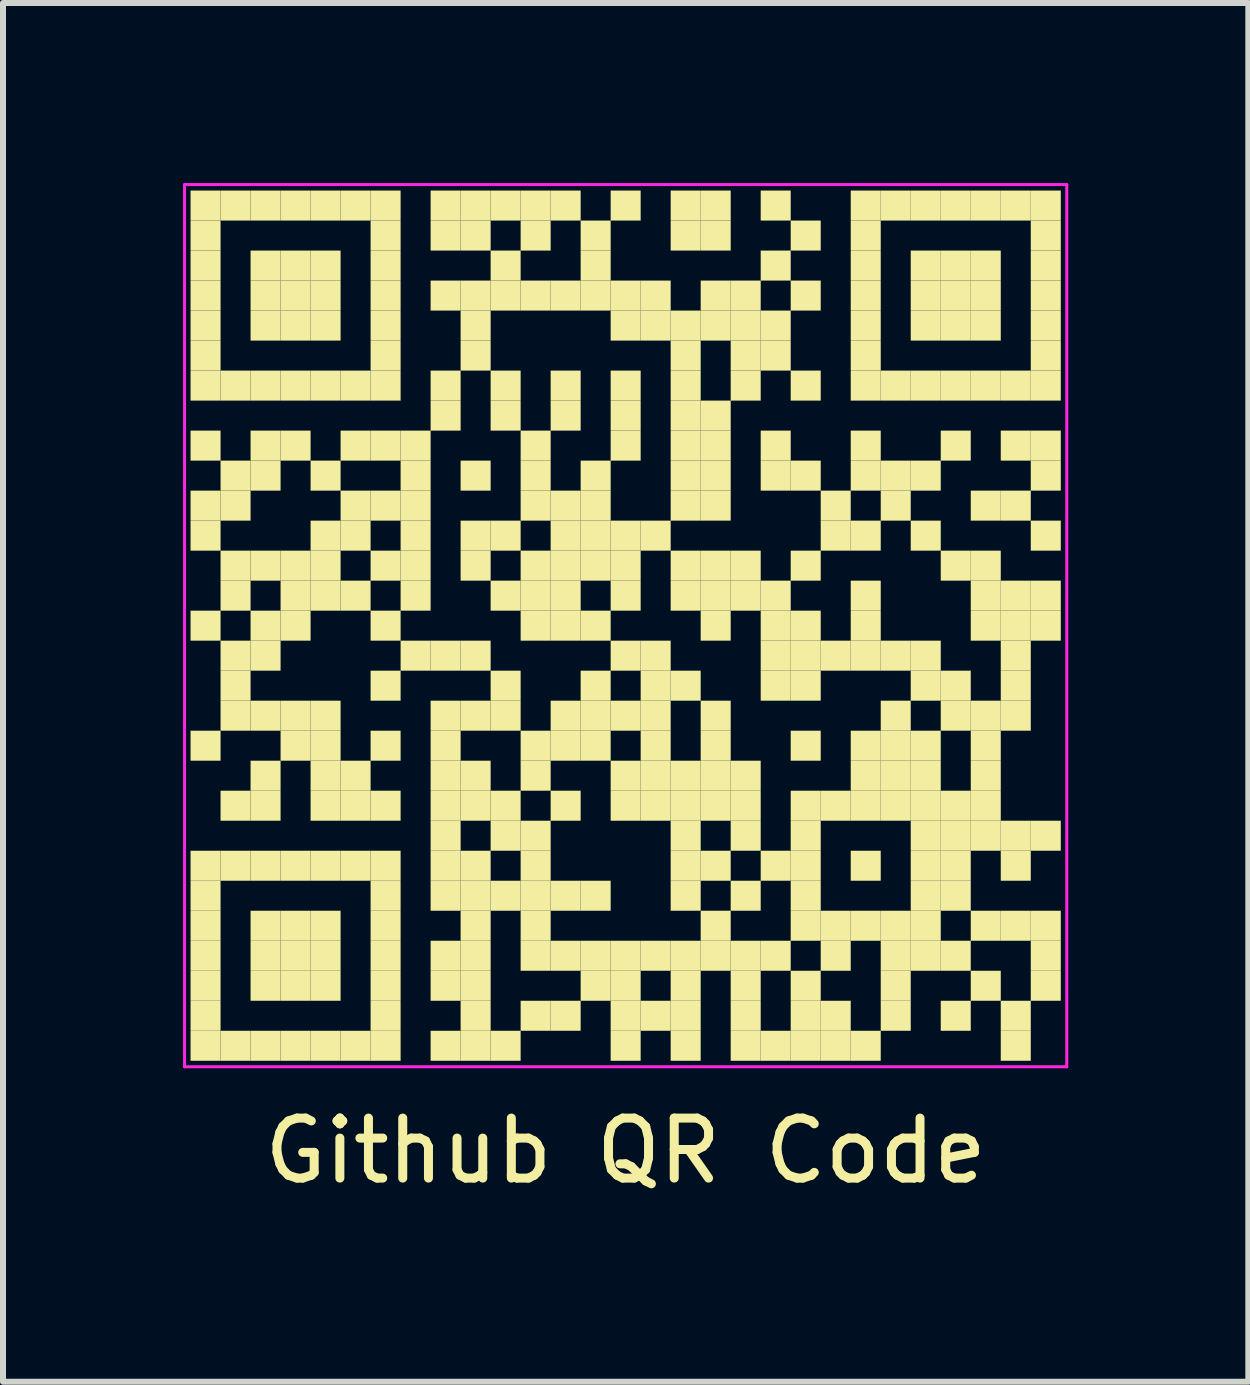
<source format=kicad_pcb>
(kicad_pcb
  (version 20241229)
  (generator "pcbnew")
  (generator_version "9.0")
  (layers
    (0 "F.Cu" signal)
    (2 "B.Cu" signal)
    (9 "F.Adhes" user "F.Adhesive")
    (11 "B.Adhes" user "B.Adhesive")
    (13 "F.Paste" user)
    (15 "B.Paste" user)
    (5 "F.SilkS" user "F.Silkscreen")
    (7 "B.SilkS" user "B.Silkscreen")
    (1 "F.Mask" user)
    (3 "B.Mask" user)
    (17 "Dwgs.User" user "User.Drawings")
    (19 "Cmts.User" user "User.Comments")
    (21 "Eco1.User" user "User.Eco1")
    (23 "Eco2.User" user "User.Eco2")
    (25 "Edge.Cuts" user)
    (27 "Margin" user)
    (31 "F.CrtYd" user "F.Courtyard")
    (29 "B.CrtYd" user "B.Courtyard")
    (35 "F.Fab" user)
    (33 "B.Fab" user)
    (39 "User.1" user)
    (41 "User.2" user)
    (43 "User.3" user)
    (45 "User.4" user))
  (footprint "Github QR Code"
    (layer "F.Cu")
    (at 7.375 7.375)
    (property "Reference" "Github QR Code" (at 0 8.75 0) (layer "F.SilkS") (effects (font (size 1 1) (thickness 0.15))))
    (attr board_only exclude_from_pos_files exclude_from_bom dnp)
    (fp_rect (start -7.25 -7.25) (end -6.75 -6.75) (stroke (width 0) (type default)) (fill yes) (layer "F.SilkS"))
    (fp_rect (start -7.25 -6.75) (end -6.75 -6.25) (stroke (width 0) (type default)) (fill yes) (layer "F.SilkS"))
    (fp_rect (start -7.25 -6.25) (end -6.75 -5.75) (stroke (width 0) (type default)) (fill yes) (layer "F.SilkS"))
    (fp_rect (start -7.25 -5.75) (end -6.75 -5.25) (stroke (width 0) (type default)) (fill yes) (layer "F.SilkS"))
    (fp_rect (start -7.25 -5.25) (end -6.75 -4.75) (stroke (width 0) (type default)) (fill yes) (layer "F.SilkS"))
    (fp_rect (start -7.25 -4.75) (end -6.75 -4.25) (stroke (width 0) (type default)) (fill yes) (layer "F.SilkS"))
    (fp_rect (start -7.25 -4.25) (end -6.75 -3.75) (stroke (width 0) (type default)) (fill yes) (layer "F.SilkS"))
    (fp_rect (start -7.25 -3.25) (end -6.75 -2.75) (stroke (width 0) (type default)) (fill yes) (layer "F.SilkS"))
    (fp_rect (start -7.25 -2.25) (end -6.75 -1.75) (stroke (width 0) (type default)) (fill yes) (layer "F.SilkS"))
    (fp_rect (start -7.25 -1.75) (end -6.75 -1.25) (stroke (width 0) (type default)) (fill yes) (layer "F.SilkS"))
    (fp_rect (start -7.25 -0.25) (end -6.75 0.25) (stroke (width 0) (type default)) (fill yes) (layer "F.SilkS"))
    (fp_rect (start -7.25 1.75) (end -6.75 2.25) (stroke (width 0) (type default)) (fill yes) (layer "F.SilkS"))
    (fp_rect (start -7.25 3.75) (end -6.75 4.25) (stroke (width 0) (type default)) (fill yes) (layer "F.SilkS"))
    (fp_rect (start -7.25 4.25) (end -6.75 4.75) (stroke (width 0) (type default)) (fill yes) (layer "F.SilkS"))
    (fp_rect (start -7.25 4.75) (end -6.75 5.25) (stroke (width 0) (type default)) (fill yes) (layer "F.SilkS"))
    (fp_rect (start -7.25 5.25) (end -6.75 5.75) (stroke (width 0) (type default)) (fill yes) (layer "F.SilkS"))
    (fp_rect (start -7.25 5.75) (end -6.75 6.25) (stroke (width 0) (type default)) (fill yes) (layer "F.SilkS"))
    (fp_rect (start -7.25 6.25) (end -6.75 6.75) (stroke (width 0) (type default)) (fill yes) (layer "F.SilkS"))
    (fp_rect (start -7.25 6.75) (end -6.75 7.25) (stroke (width 0) (type default)) (fill yes) (layer "F.SilkS"))
    (fp_rect (start -6.75 -7.25) (end -6.25 -6.75) (stroke (width 0) (type default)) (fill yes) (layer "F.SilkS"))
    (fp_rect (start -6.75 -4.25) (end -6.25 -3.75) (stroke (width 0) (type default)) (fill yes) (layer "F.SilkS"))
    (fp_rect (start -6.75 -2.75) (end -6.25 -2.25) (stroke (width 0) (type default)) (fill yes) (layer "F.SilkS"))
    (fp_rect (start -6.75 -2.25) (end -6.25 -1.75) (stroke (width 0) (type default)) (fill yes) (layer "F.SilkS"))
    (fp_rect (start -6.75 -1.25) (end -6.25 -0.75) (stroke (width 0) (type default)) (fill yes) (layer "F.SilkS"))
    (fp_rect (start -6.75 -0.75) (end -6.25 -0.25) (stroke (width 0) (type default)) (fill yes) (layer "F.SilkS"))
    (fp_rect (start -6.75 0.25) (end -6.25 0.75) (stroke (width 0) (type default)) (fill yes) (layer "F.SilkS"))
    (fp_rect (start -6.75 0.75) (end -6.25 1.25) (stroke (width 0) (type default)) (fill yes) (layer "F.SilkS"))
    (fp_rect (start -6.75 1.25) (end -6.25 1.75) (stroke (width 0) (type default)) (fill yes) (layer "F.SilkS"))
    (fp_rect (start -6.75 2.75) (end -6.25 3.25) (stroke (width 0) (type default)) (fill yes) (layer "F.SilkS"))
    (fp_rect (start -6.75 3.75) (end -6.25 4.25) (stroke (width 0) (type default)) (fill yes) (layer "F.SilkS"))
    (fp_rect (start -6.75 6.75) (end -6.25 7.25) (stroke (width 0) (type default)) (fill yes) (layer "F.SilkS"))
    (fp_rect (start -6.25 -7.25) (end -5.75 -6.75) (stroke (width 0) (type default)) (fill yes) (layer "F.SilkS"))
    (fp_rect (start -6.25 -6.25) (end -5.75 -5.75) (stroke (width 0) (type default)) (fill yes) (layer "F.SilkS"))
    (fp_rect (start -6.25 -5.75) (end -5.75 -5.25) (stroke (width 0) (type default)) (fill yes) (layer "F.SilkS"))
    (fp_rect (start -6.25 -5.25) (end -5.75 -4.75) (stroke (width 0) (type default)) (fill yes) (layer "F.SilkS"))
    (fp_rect (start -6.25 -4.25) (end -5.75 -3.75) (stroke (width 0) (type default)) (fill yes) (layer "F.SilkS"))
    (fp_rect (start -6.25 -3.25) (end -5.75 -2.75) (stroke (width 0) (type default)) (fill yes) (layer "F.SilkS"))
    (fp_rect (start -6.25 -2.75) (end -5.75 -2.25) (stroke (width 0) (type default)) (fill yes) (layer "F.SilkS"))
    (fp_rect (start -6.25 -1.25) (end -5.75 -0.75) (stroke (width 0) (type default)) (fill yes) (layer "F.SilkS"))
    (fp_rect (start -6.25 -0.25) (end -5.75 0.25) (stroke (width 0) (type default)) (fill yes) (layer "F.SilkS"))
    (fp_rect (start -6.25 0.25) (end -5.75 0.75) (stroke (width 0) (type default)) (fill yes) (layer "F.SilkS"))
    (fp_rect (start -6.25 1.25) (end -5.75 1.75) (stroke (width 0) (type default)) (fill yes) (layer "F.SilkS"))
    (fp_rect (start -6.25 2.25) (end -5.75 2.75) (stroke (width 0) (type default)) (fill yes) (layer "F.SilkS"))
    (fp_rect (start -6.25 2.75) (end -5.75 3.25) (stroke (width 0) (type default)) (fill yes) (layer "F.SilkS"))
    (fp_rect (start -6.25 3.75) (end -5.75 4.25) (stroke (width 0) (type default)) (fill yes) (layer "F.SilkS"))
    (fp_rect (start -6.25 4.75) (end -5.75 5.25) (stroke (width 0) (type default)) (fill yes) (layer "F.SilkS"))
    (fp_rect (start -6.25 5.25) (end -5.75 5.75) (stroke (width 0) (type default)) (fill yes) (layer "F.SilkS"))
    (fp_rect (start -6.25 5.75) (end -5.75 6.25) (stroke (width 0) (type default)) (fill yes) (layer "F.SilkS"))
    (fp_rect (start -6.25 6.75) (end -5.75 7.25) (stroke (width 0) (type default)) (fill yes) (layer "F.SilkS"))
    (fp_rect (start -5.75 -7.25) (end -5.25 -6.75) (stroke (width 0) (type default)) (fill yes) (layer "F.SilkS"))
    (fp_rect (start -5.75 -6.25) (end -5.25 -5.75) (stroke (width 0) (type default)) (fill yes) (layer "F.SilkS"))
    (fp_rect (start -5.75 -5.75) (end -5.25 -5.25) (stroke (width 0) (type default)) (fill yes) (layer "F.SilkS"))
    (fp_rect (start -5.75 -5.25) (end -5.25 -4.75) (stroke (width 0) (type default)) (fill yes) (layer "F.SilkS"))
    (fp_rect (start -5.75 -4.25) (end -5.25 -3.75) (stroke (width 0) (type default)) (fill yes) (layer "F.SilkS"))
    (fp_rect (start -5.75 -3.25) (end -5.25 -2.75) (stroke (width 0) (type default)) (fill yes) (layer "F.SilkS"))
    (fp_rect (start -5.75 -1.25) (end -5.25 -0.75) (stroke (width 0) (type default)) (fill yes) (layer "F.SilkS"))
    (fp_rect (start -5.75 -0.75) (end -5.25 -0.25) (stroke (width 0) (type default)) (fill yes) (layer "F.SilkS"))
    (fp_rect (start -5.75 -0.25) (end -5.25 0.25) (stroke (width 0) (type default)) (fill yes) (layer "F.SilkS"))
    (fp_rect (start -5.75 1.25) (end -5.25 1.75) (stroke (width 0) (type default)) (fill yes) (layer "F.SilkS"))
    (fp_rect (start -5.75 1.75) (end -5.25 2.25) (stroke (width 0) (type default)) (fill yes) (layer "F.SilkS"))
    (fp_rect (start -5.75 3.75) (end -5.25 4.25) (stroke (width 0) (type default)) (fill yes) (layer "F.SilkS"))
    (fp_rect (start -5.75 4.75) (end -5.25 5.25) (stroke (width 0) (type default)) (fill yes) (layer "F.SilkS"))
    (fp_rect (start -5.75 5.25) (end -5.25 5.75) (stroke (width 0) (type default)) (fill yes) (layer "F.SilkS"))
    (fp_rect (start -5.75 5.75) (end -5.25 6.25) (stroke (width 0) (type default)) (fill yes) (layer "F.SilkS"))
    (fp_rect (start -5.75 6.75) (end -5.25 7.25) (stroke (width 0) (type default)) (fill yes) (layer "F.SilkS"))
    (fp_rect (start -5.25 -7.25) (end -4.75 -6.75) (stroke (width 0) (type default)) (fill yes) (layer "F.SilkS"))
    (fp_rect (start -5.25 -6.25) (end -4.75 -5.75) (stroke (width 0) (type default)) (fill yes) (layer "F.SilkS"))
    (fp_rect (start -5.25 -5.75) (end -4.75 -5.25) (stroke (width 0) (type default)) (fill yes) (layer "F.SilkS"))
    (fp_rect (start -5.25 -5.25) (end -4.75 -4.75) (stroke (width 0) (type default)) (fill yes) (layer "F.SilkS"))
    (fp_rect (start -5.25 -4.25) (end -4.75 -3.75) (stroke (width 0) (type default)) (fill yes) (layer "F.SilkS"))
    (fp_rect (start -5.25 -2.75) (end -4.75 -2.25) (stroke (width 0) (type default)) (fill yes) (layer "F.SilkS"))
    (fp_rect (start -5.25 -1.75) (end -4.75 -1.25) (stroke (width 0) (type default)) (fill yes) (layer "F.SilkS"))
    (fp_rect (start -5.25 -1.25) (end -4.75 -0.75) (stroke (width 0) (type default)) (fill yes) (layer "F.SilkS"))
    (fp_rect (start -5.25 -0.75) (end -4.75 -0.25) (stroke (width 0) (type default)) (fill yes) (layer "F.SilkS"))
    (fp_rect (start -5.25 1.25) (end -4.75 1.75) (stroke (width 0) (type default)) (fill yes) (layer "F.SilkS"))
    (fp_rect (start -5.25 1.75) (end -4.75 2.25) (stroke (width 0) (type default)) (fill yes) (layer "F.SilkS"))
    (fp_rect (start -5.25 2.25) (end -4.75 2.75) (stroke (width 0) (type default)) (fill yes) (layer "F.SilkS"))
    (fp_rect (start -5.25 2.75) (end -4.75 3.25) (stroke (width 0) (type default)) (fill yes) (layer "F.SilkS"))
    (fp_rect (start -5.25 3.75) (end -4.75 4.25) (stroke (width 0) (type default)) (fill yes) (layer "F.SilkS"))
    (fp_rect (start -5.25 4.75) (end -4.75 5.25) (stroke (width 0) (type default)) (fill yes) (layer "F.SilkS"))
    (fp_rect (start -5.25 5.25) (end -4.75 5.75) (stroke (width 0) (type default)) (fill yes) (layer "F.SilkS"))
    (fp_rect (start -5.25 5.75) (end -4.75 6.25) (stroke (width 0) (type default)) (fill yes) (layer "F.SilkS"))
    (fp_rect (start -5.25 6.75) (end -4.75 7.25) (stroke (width 0) (type default)) (fill yes) (layer "F.SilkS"))
    (fp_rect (start -4.75 -7.25) (end -4.25 -6.75) (stroke (width 0) (type default)) (fill yes) (layer "F.SilkS"))
    (fp_rect (start -4.75 -4.25) (end -4.25 -3.75) (stroke (width 0) (type default)) (fill yes) (layer "F.SilkS"))
    (fp_rect (start -4.75 -3.25) (end -4.25 -2.75) (stroke (width 0) (type default)) (fill yes) (layer "F.SilkS"))
    (fp_rect (start -4.75 -2.25) (end -4.25 -1.75) (stroke (width 0) (type default)) (fill yes) (layer "F.SilkS"))
    (fp_rect (start -4.75 -1.75) (end -4.25 -1.25) (stroke (width 0) (type default)) (fill yes) (layer "F.SilkS"))
    (fp_rect (start -4.75 -0.75) (end -4.25 -0.25) (stroke (width 0) (type default)) (fill yes) (layer "F.SilkS"))
    (fp_rect (start -4.75 2.25) (end -4.25 2.75) (stroke (width 0) (type default)) (fill yes) (layer "F.SilkS"))
    (fp_rect (start -4.75 2.75) (end -4.25 3.25) (stroke (width 0) (type default)) (fill yes) (layer "F.SilkS"))
    (fp_rect (start -4.75 3.75) (end -4.25 4.25) (stroke (width 0) (type default)) (fill yes) (layer "F.SilkS"))
    (fp_rect (start -4.75 6.75) (end -4.25 7.25) (stroke (width 0) (type default)) (fill yes) (layer "F.SilkS"))
    (fp_rect (start -4.25 -7.25) (end -3.75 -6.75) (stroke (width 0) (type default)) (fill yes) (layer "F.SilkS"))
    (fp_rect (start -4.25 -6.75) (end -3.75 -6.25) (stroke (width 0) (type default)) (fill yes) (layer "F.SilkS"))
    (fp_rect (start -4.25 -6.25) (end -3.75 -5.75) (stroke (width 0) (type default)) (fill yes) (layer "F.SilkS"))
    (fp_rect (start -4.25 -5.75) (end -3.75 -5.25) (stroke (width 0) (type default)) (fill yes) (layer "F.SilkS"))
    (fp_rect (start -4.25 -5.25) (end -3.75 -4.75) (stroke (width 0) (type default)) (fill yes) (layer "F.SilkS"))
    (fp_rect (start -4.25 -4.75) (end -3.75 -4.25) (stroke (width 0) (type default)) (fill yes) (layer "F.SilkS"))
    (fp_rect (start -4.25 -4.25) (end -3.75 -3.75) (stroke (width 0) (type default)) (fill yes) (layer "F.SilkS"))
    (fp_rect (start -4.25 -3.25) (end -3.75 -2.75) (stroke (width 0) (type default)) (fill yes) (layer "F.SilkS"))
    (fp_rect (start -4.25 -2.25) (end -3.75 -1.75) (stroke (width 0) (type default)) (fill yes) (layer "F.SilkS"))
    (fp_rect (start -4.25 -1.25) (end -3.75 -0.75) (stroke (width 0) (type default)) (fill yes) (layer "F.SilkS"))
    (fp_rect (start -4.25 -0.25) (end -3.75 0.25) (stroke (width 0) (type default)) (fill yes) (layer "F.SilkS"))
    (fp_rect (start -4.25 0.75) (end -3.75 1.25) (stroke (width 0) (type default)) (fill yes) (layer "F.SilkS"))
    (fp_rect (start -4.25 1.75) (end -3.75 2.25) (stroke (width 0) (type default)) (fill yes) (layer "F.SilkS"))
    (fp_rect (start -4.25 2.75) (end -3.75 3.25) (stroke (width 0) (type default)) (fill yes) (layer "F.SilkS"))
    (fp_rect (start -4.25 3.75) (end -3.75 4.25) (stroke (width 0) (type default)) (fill yes) (layer "F.SilkS"))
    (fp_rect (start -4.25 4.25) (end -3.75 4.75) (stroke (width 0) (type default)) (fill yes) (layer "F.SilkS"))
    (fp_rect (start -4.25 4.75) (end -3.75 5.25) (stroke (width 0) (type default)) (fill yes) (layer "F.SilkS"))
    (fp_rect (start -4.25 5.25) (end -3.75 5.75) (stroke (width 0) (type default)) (fill yes) (layer "F.SilkS"))
    (fp_rect (start -4.25 5.75) (end -3.75 6.25) (stroke (width 0) (type default)) (fill yes) (layer "F.SilkS"))
    (fp_rect (start -4.25 6.25) (end -3.75 6.75) (stroke (width 0) (type default)) (fill yes) (layer "F.SilkS"))
    (fp_rect (start -4.25 6.75) (end -3.75 7.25) (stroke (width 0) (type default)) (fill yes) (layer "F.SilkS"))
    (fp_rect (start -3.75 -3.25) (end -3.25 -2.75) (stroke (width 0) (type default)) (fill yes) (layer "F.SilkS"))
    (fp_rect (start -3.75 -2.75) (end -3.25 -2.25) (stroke (width 0) (type default)) (fill yes) (layer "F.SilkS"))
    (fp_rect (start -3.75 -2.25) (end -3.25 -1.75) (stroke (width 0) (type default)) (fill yes) (layer "F.SilkS"))
    (fp_rect (start -3.75 -1.75) (end -3.25 -1.25) (stroke (width 0) (type default)) (fill yes) (layer "F.SilkS"))
    (fp_rect (start -3.75 -1.25) (end -3.25 -0.75) (stroke (width 0) (type default)) (fill yes) (layer "F.SilkS"))
    (fp_rect (start -3.75 -0.75) (end -3.25 -0.25) (stroke (width 0) (type default)) (fill yes) (layer "F.SilkS"))
    (fp_rect (start -3.75 0.25) (end -3.25 0.75) (stroke (width 0) (type default)) (fill yes) (layer "F.SilkS"))
    (fp_rect (start -3.25 -7.25) (end -2.75 -6.75) (stroke (width 0) (type default)) (fill yes) (layer "F.SilkS"))
    (fp_rect (start -3.25 -6.75) (end -2.75 -6.25) (stroke (width 0) (type default)) (fill yes) (layer "F.SilkS"))
    (fp_rect (start -3.25 -5.75) (end -2.75 -5.25) (stroke (width 0) (type default)) (fill yes) (layer "F.SilkS"))
    (fp_rect (start -3.25 -4.25) (end -2.75 -3.75) (stroke (width 0) (type default)) (fill yes) (layer "F.SilkS"))
    (fp_rect (start -3.25 -3.75) (end -2.75 -3.25) (stroke (width 0) (type default)) (fill yes) (layer "F.SilkS"))
    (fp_rect (start -3.25 0.25) (end -2.75 0.75) (stroke (width 0) (type default)) (fill yes) (layer "F.SilkS"))
    (fp_rect (start -3.25 1.25) (end -2.75 1.75) (stroke (width 0) (type default)) (fill yes) (layer "F.SilkS"))
    (fp_rect (start -3.25 1.75) (end -2.75 2.25) (stroke (width 0) (type default)) (fill yes) (layer "F.SilkS"))
    (fp_rect (start -3.25 2.25) (end -2.75 2.75) (stroke (width 0) (type default)) (fill yes) (layer "F.SilkS"))
    (fp_rect (start -3.25 2.75) (end -2.75 3.25) (stroke (width 0) (type default)) (fill yes) (layer "F.SilkS"))
    (fp_rect (start -3.25 3.25) (end -2.75 3.75) (stroke (width 0) (type default)) (fill yes) (layer "F.SilkS"))
    (fp_rect (start -3.25 3.75) (end -2.75 4.25) (stroke (width 0) (type default)) (fill yes) (layer "F.SilkS"))
    (fp_rect (start -3.25 4.25) (end -2.75 4.75) (stroke (width 0) (type default)) (fill yes) (layer "F.SilkS"))
    (fp_rect (start -3.25 5.25) (end -2.75 5.75) (stroke (width 0) (type default)) (fill yes) (layer "F.SilkS"))
    (fp_rect (start -3.25 5.75) (end -2.75 6.25) (stroke (width 0) (type default)) (fill yes) (layer "F.SilkS"))
    (fp_rect (start -3.25 6.75) (end -2.75 7.25) (stroke (width 0) (type default)) (fill yes) (layer "F.SilkS"))
    (fp_rect (start -2.75 -7.25) (end -2.25 -6.75) (stroke (width 0) (type default)) (fill yes) (layer "F.SilkS"))
    (fp_rect (start -2.75 -6.75) (end -2.25 -6.25) (stroke (width 0) (type default)) (fill yes) (layer "F.SilkS"))
    (fp_rect (start -2.75 -5.75) (end -2.25 -5.25) (stroke (width 0) (type default)) (fill yes) (layer "F.SilkS"))
    (fp_rect (start -2.75 -5.25) (end -2.25 -4.75) (stroke (width 0) (type default)) (fill yes) (layer "F.SilkS"))
    (fp_rect (start -2.75 -4.75) (end -2.25 -4.25) (stroke (width 0) (type default)) (fill yes) (layer "F.SilkS"))
    (fp_rect (start -2.75 -2.75) (end -2.25 -2.25) (stroke (width 0) (type default)) (fill yes) (layer "F.SilkS"))
    (fp_rect (start -2.75 -1.75) (end -2.25 -1.25) (stroke (width 0) (type default)) (fill yes) (layer "F.SilkS"))
    (fp_rect (start -2.75 -1.25) (end -2.25 -0.75) (stroke (width 0) (type default)) (fill yes) (layer "F.SilkS"))
    (fp_rect (start -2.75 0.25) (end -2.25 0.75) (stroke (width 0) (type default)) (fill yes) (layer "F.SilkS"))
    (fp_rect (start -2.75 1.25) (end -2.25 1.75) (stroke (width 0) (type default)) (fill yes) (layer "F.SilkS"))
    (fp_rect (start -2.75 2.25) (end -2.25 2.75) (stroke (width 0) (type default)) (fill yes) (layer "F.SilkS"))
    (fp_rect (start -2.75 2.75) (end -2.25 3.25) (stroke (width 0) (type default)) (fill yes) (layer "F.SilkS"))
    (fp_rect (start -2.75 3.75) (end -2.25 4.25) (stroke (width 0) (type default)) (fill yes) (layer "F.SilkS"))
    (fp_rect (start -2.75 4.25) (end -2.25 4.75) (stroke (width 0) (type default)) (fill yes) (layer "F.SilkS"))
    (fp_rect (start -2.75 4.75) (end -2.25 5.25) (stroke (width 0) (type default)) (fill yes) (layer "F.SilkS"))
    (fp_rect (start -2.75 5.25) (end -2.25 5.75) (stroke (width 0) (type default)) (fill yes) (layer "F.SilkS"))
    (fp_rect (start -2.75 5.75) (end -2.25 6.25) (stroke (width 0) (type default)) (fill yes) (layer "F.SilkS"))
    (fp_rect (start -2.75 6.25) (end -2.25 6.75) (stroke (width 0) (type default)) (fill yes) (layer "F.SilkS"))
    (fp_rect (start -2.75 6.75) (end -2.25 7.25) (stroke (width 0) (type default)) (fill yes) (layer "F.SilkS"))
    (fp_rect (start -2.25 -7.25) (end -1.75 -6.75) (stroke (width 0) (type default)) (fill yes) (layer "F.SilkS"))
    (fp_rect (start -2.25 -6.25) (end -1.75 -5.75) (stroke (width 0) (type default)) (fill yes) (layer "F.SilkS"))
    (fp_rect (start -2.25 -5.75) (end -1.75 -5.25) (stroke (width 0) (type default)) (fill yes) (layer "F.SilkS"))
    (fp_rect (start -2.25 -4.25) (end -1.75 -3.75) (stroke (width 0) (type default)) (fill yes) (layer "F.SilkS"))
    (fp_rect (start -2.25 -3.75) (end -1.75 -3.25) (stroke (width 0) (type default)) (fill yes) (layer "F.SilkS"))
    (fp_rect (start -2.25 -1.75) (end -1.75 -1.25) (stroke (width 0) (type default)) (fill yes) (layer "F.SilkS"))
    (fp_rect (start -2.25 -0.75) (end -1.75 -0.25) (stroke (width 0) (type default)) (fill yes) (layer "F.SilkS"))
    (fp_rect (start -2.25 0.75) (end -1.75 1.25) (stroke (width 0) (type default)) (fill yes) (layer "F.SilkS"))
    (fp_rect (start -2.25 1.25) (end -1.75 1.75) (stroke (width 0) (type default)) (fill yes) (layer "F.SilkS"))
    (fp_rect (start -2.25 2.75) (end -1.75 3.25) (stroke (width 0) (type default)) (fill yes) (layer "F.SilkS"))
    (fp_rect (start -2.25 3.25) (end -1.75 3.75) (stroke (width 0) (type default)) (fill yes) (layer "F.SilkS"))
    (fp_rect (start -2.25 4.25) (end -1.75 4.75) (stroke (width 0) (type default)) (fill yes) (layer "F.SilkS"))
    (fp_rect (start -2.25 6.75) (end -1.75 7.25) (stroke (width 0) (type default)) (fill yes) (layer "F.SilkS"))
    (fp_rect (start -1.75 -7.25) (end -1.25 -6.75) (stroke (width 0) (type default)) (fill yes) (layer "F.SilkS"))
    (fp_rect (start -1.75 -6.75) (end -1.25 -6.25) (stroke (width 0) (type default)) (fill yes) (layer "F.SilkS"))
    (fp_rect (start -1.75 -5.75) (end -1.25 -5.25) (stroke (width 0) (type default)) (fill yes) (layer "F.SilkS"))
    (fp_rect (start -1.75 -3.25) (end -1.25 -2.75) (stroke (width 0) (type default)) (fill yes) (layer "F.SilkS"))
    (fp_rect (start -1.75 -2.75) (end -1.25 -2.25) (stroke (width 0) (type default)) (fill yes) (layer "F.SilkS"))
    (fp_rect (start -1.75 -2.25) (end -1.25 -1.75) (stroke (width 0) (type default)) (fill yes) (layer "F.SilkS"))
    (fp_rect (start -1.75 -1.25) (end -1.25 -0.75) (stroke (width 0) (type default)) (fill yes) (layer "F.SilkS"))
    (fp_rect (start -1.75 -0.75) (end -1.25 -0.25) (stroke (width 0) (type default)) (fill yes) (layer "F.SilkS"))
    (fp_rect (start -1.75 -0.25) (end -1.25 0.25) (stroke (width 0) (type default)) (fill yes) (layer "F.SilkS"))
    (fp_rect (start -1.75 1.75) (end -1.25 2.25) (stroke (width 0) (type default)) (fill yes) (layer "F.SilkS"))
    (fp_rect (start -1.75 2.25) (end -1.25 2.75) (stroke (width 0) (type default)) (fill yes) (layer "F.SilkS"))
    (fp_rect (start -1.75 3.25) (end -1.25 3.75) (stroke (width 0) (type default)) (fill yes) (layer "F.SilkS"))
    (fp_rect (start -1.75 3.75) (end -1.25 4.25) (stroke (width 0) (type default)) (fill yes) (layer "F.SilkS"))
    (fp_rect (start -1.75 4.25) (end -1.25 4.75) (stroke (width 0) (type default)) (fill yes) (layer "F.SilkS"))
    (fp_rect (start -1.75 4.75) (end -1.25 5.25) (stroke (width 0) (type default)) (fill yes) (layer "F.SilkS"))
    (fp_rect (start -1.75 5.25) (end -1.25 5.75) (stroke (width 0) (type default)) (fill yes) (layer "F.SilkS"))
    (fp_rect (start -1.75 6.25) (end -1.25 6.75) (stroke (width 0) (type default)) (fill yes) (layer "F.SilkS"))
    (fp_rect (start -1.25 -7.25) (end -0.75 -6.75) (stroke (width 0) (type default)) (fill yes) (layer "F.SilkS"))
    (fp_rect (start -1.25 -5.75) (end -0.75 -5.25) (stroke (width 0) (type default)) (fill yes) (layer "F.SilkS"))
    (fp_rect (start -1.25 -4.25) (end -0.75 -3.75) (stroke (width 0) (type default)) (fill yes) (layer "F.SilkS"))
    (fp_rect (start -1.25 -3.75) (end -0.75 -3.25) (stroke (width 0) (type default)) (fill yes) (layer "F.SilkS"))
    (fp_rect (start -1.25 -2.25) (end -0.75 -1.75) (stroke (width 0) (type default)) (fill yes) (layer "F.SilkS"))
    (fp_rect (start -1.25 -1.75) (end -0.75 -1.25) (stroke (width 0) (type default)) (fill yes) (layer "F.SilkS"))
    (fp_rect (start -1.25 -1.25) (end -0.75 -0.75) (stroke (width 0) (type default)) (fill yes) (layer "F.SilkS"))
    (fp_rect (start -1.25 -0.75) (end -0.75 -0.25) (stroke (width 0) (type default)) (fill yes) (layer "F.SilkS"))
    (fp_rect (start -1.25 -0.25) (end -0.75 0.25) (stroke (width 0) (type default)) (fill yes) (layer "F.SilkS"))
    (fp_rect (start -1.25 1.25) (end -0.75 1.75) (stroke (width 0) (type default)) (fill yes) (layer "F.SilkS"))
    (fp_rect (start -1.25 1.75) (end -0.75 2.25) (stroke (width 0) (type default)) (fill yes) (layer "F.SilkS"))
    (fp_rect (start -1.25 2.75) (end -0.75 3.25) (stroke (width 0) (type default)) (fill yes) (layer "F.SilkS"))
    (fp_rect (start -1.25 4.25) (end -0.75 4.75) (stroke (width 0) (type default)) (fill yes) (layer "F.SilkS"))
    (fp_rect (start -1.25 5.25) (end -0.75 5.75) (stroke (width 0) (type default)) (fill yes) (layer "F.SilkS"))
    (fp_rect (start -1.25 6.25) (end -0.75 6.75) (stroke (width 0) (type default)) (fill yes) (layer "F.SilkS"))
    (fp_rect (start -0.75 -6.75) (end -0.25 -6.25) (stroke (width 0) (type default)) (fill yes) (layer "F.SilkS"))
    (fp_rect (start -0.75 -6.25) (end -0.25 -5.75) (stroke (width 0) (type default)) (fill yes) (layer "F.SilkS"))
    (fp_rect (start -0.75 -5.75) (end -0.25 -5.25) (stroke (width 0) (type default)) (fill yes) (layer "F.SilkS"))
    (fp_rect (start -0.75 -2.75) (end -0.25 -2.25) (stroke (width 0) (type default)) (fill yes) (layer "F.SilkS"))
    (fp_rect (start -0.75 -2.25) (end -0.25 -1.75) (stroke (width 0) (type default)) (fill yes) (layer "F.SilkS"))
    (fp_rect (start -0.75 -1.75) (end -0.25 -1.25) (stroke (width 0) (type default)) (fill yes) (layer "F.SilkS"))
    (fp_rect (start -0.75 -1.25) (end -0.25 -0.75) (stroke (width 0) (type default)) (fill yes) (layer "F.SilkS"))
    (fp_rect (start -0.75 -0.25) (end -0.25 0.25) (stroke (width 0) (type default)) (fill yes) (layer "F.SilkS"))
    (fp_rect (start -0.75 0.75) (end -0.25 1.25) (stroke (width 0) (type default)) (fill yes) (layer "F.SilkS"))
    (fp_rect (start -0.75 1.25) (end -0.25 1.75) (stroke (width 0) (type default)) (fill yes) (layer "F.SilkS"))
    (fp_rect (start -0.75 1.75) (end -0.25 2.25) (stroke (width 0) (type default)) (fill yes) (layer "F.SilkS"))
    (fp_rect (start -0.75 4.25) (end -0.25 4.75) (stroke (width 0) (type default)) (fill yes) (layer "F.SilkS"))
    (fp_rect (start -0.75 5.25) (end -0.25 5.75) (stroke (width 0) (type default)) (fill yes) (layer "F.SilkS"))
    (fp_rect (start -0.75 5.75) (end -0.25 6.25) (stroke (width 0) (type default)) (fill yes) (layer "F.SilkS"))
    (fp_rect (start -0.25 -7.25) (end 0.25 -6.75) (stroke (width 0) (type default)) (fill yes) (layer "F.SilkS"))
    (fp_rect (start -0.25 -5.75) (end 0.25 -5.25) (stroke (width 0) (type default)) (fill yes) (layer "F.SilkS"))
    (fp_rect (start -0.25 -5.25) (end 0.25 -4.75) (stroke (width 0) (type default)) (fill yes) (layer "F.SilkS"))
    (fp_rect (start -0.25 -4.25) (end 0.25 -3.75) (stroke (width 0) (type default)) (fill yes) (layer "F.SilkS"))
    (fp_rect (start -0.25 -3.75) (end 0.25 -3.25) (stroke (width 0) (type default)) (fill yes) (layer "F.SilkS"))
    (fp_rect (start -0.25 -3.25) (end 0.25 -2.75) (stroke (width 0) (type default)) (fill yes) (layer "F.SilkS"))
    (fp_rect (start -0.25 -1.75) (end 0.25 -1.25) (stroke (width 0) (type default)) (fill yes) (layer "F.SilkS"))
    (fp_rect (start -0.25 -1.25) (end 0.25 -0.75) (stroke (width 0) (type default)) (fill yes) (layer "F.SilkS"))
    (fp_rect (start -0.25 -0.75) (end 0.25 -0.25) (stroke (width 0) (type default)) (fill yes) (layer "F.SilkS"))
    (fp_rect (start -0.25 0.25) (end 0.25 0.75) (stroke (width 0) (type default)) (fill yes) (layer "F.SilkS"))
    (fp_rect (start -0.25 1.25) (end 0.25 1.75) (stroke (width 0) (type default)) (fill yes) (layer "F.SilkS"))
    (fp_rect (start -0.25 2.25) (end 0.25 2.75) (stroke (width 0) (type default)) (fill yes) (layer "F.SilkS"))
    (fp_rect (start -0.25 2.75) (end 0.25 3.25) (stroke (width 0) (type default)) (fill yes) (layer "F.SilkS"))
    (fp_rect (start -0.25 5.25) (end 0.25 5.75) (stroke (width 0) (type default)) (fill yes) (layer "F.SilkS"))
    (fp_rect (start -0.25 5.75) (end 0.25 6.25) (stroke (width 0) (type default)) (fill yes) (layer "F.SilkS"))
    (fp_rect (start -0.25 6.25) (end 0.25 6.75) (stroke (width 0) (type default)) (fill yes) (layer "F.SilkS"))
    (fp_rect (start -0.25 6.75) (end 0.25 7.25) (stroke (width 0) (type default)) (fill yes) (layer "F.SilkS"))
    (fp_rect (start 0.25 -5.75) (end 0.75 -5.25) (stroke (width 0) (type default)) (fill yes) (layer "F.SilkS"))
    (fp_rect (start 0.25 -5.25) (end 0.75 -4.75) (stroke (width 0) (type default)) (fill yes) (layer "F.SilkS"))
    (fp_rect (start 0.25 -1.75) (end 0.75 -1.25) (stroke (width 0) (type default)) (fill yes) (layer "F.SilkS"))
    (fp_rect (start 0.25 0.25) (end 0.75 0.75) (stroke (width 0) (type default)) (fill yes) (layer "F.SilkS"))
    (fp_rect (start 0.25 0.75) (end 0.75 1.25) (stroke (width 0) (type default)) (fill yes) (layer "F.SilkS"))
    (fp_rect (start 0.25 1.25) (end 0.75 1.75) (stroke (width 0) (type default)) (fill yes) (layer "F.SilkS"))
    (fp_rect (start 0.25 1.75) (end 0.75 2.25) (stroke (width 0) (type default)) (fill yes) (layer "F.SilkS"))
    (fp_rect (start 0.25 2.25) (end 0.75 2.75) (stroke (width 0) (type default)) (fill yes) (layer "F.SilkS"))
    (fp_rect (start 0.25 2.75) (end 0.75 3.25) (stroke (width 0) (type default)) (fill yes) (layer "F.SilkS"))
    (fp_rect (start 0.25 5.25) (end 0.75 5.75) (stroke (width 0) (type default)) (fill yes) (layer "F.SilkS"))
    (fp_rect (start 0.25 6.25) (end 0.75 6.75) (stroke (width 0) (type default)) (fill yes) (layer "F.SilkS"))
    (fp_rect (start 0.75 -7.25) (end 1.25 -6.75) (stroke (width 0) (type default)) (fill yes) (layer "F.SilkS"))
    (fp_rect (start 0.75 -6.75) (end 1.25 -6.25) (stroke (width 0) (type default)) (fill yes) (layer "F.SilkS"))
    (fp_rect (start 0.75 -5.25) (end 1.25 -4.75) (stroke (width 0) (type default)) (fill yes) (layer "F.SilkS"))
    (fp_rect (start 0.75 -4.75) (end 1.25 -4.25) (stroke (width 0) (type default)) (fill yes) (layer "F.SilkS"))
    (fp_rect (start 0.75 -4.25) (end 1.25 -3.75) (stroke (width 0) (type default)) (fill yes) (layer "F.SilkS"))
    (fp_rect (start 0.75 -3.75) (end 1.25 -3.25) (stroke (width 0) (type default)) (fill yes) (layer "F.SilkS"))
    (fp_rect (start 0.75 -3.25) (end 1.25 -2.75) (stroke (width 0) (type default)) (fill yes) (layer "F.SilkS"))
    (fp_rect (start 0.75 -2.75) (end 1.25 -2.25) (stroke (width 0) (type default)) (fill yes) (layer "F.SilkS"))
    (fp_rect (start 0.75 -2.25) (end 1.25 -1.75) (stroke (width 0) (type default)) (fill yes) (layer "F.SilkS"))
    (fp_rect (start 0.75 -1.25) (end 1.25 -0.75) (stroke (width 0) (type default)) (fill yes) (layer "F.SilkS"))
    (fp_rect (start 0.75 -0.75) (end 1.25 -0.25) (stroke (width 0) (type default)) (fill yes) (layer "F.SilkS"))
    (fp_rect (start 0.75 0.75) (end 1.25 1.25) (stroke (width 0) (type default)) (fill yes) (layer "F.SilkS"))
    (fp_rect (start 0.75 2.25) (end 1.25 2.75) (stroke (width 0) (type default)) (fill yes) (layer "F.SilkS"))
    (fp_rect (start 0.75 2.75) (end 1.25 3.25) (stroke (width 0) (type default)) (fill yes) (layer "F.SilkS"))
    (fp_rect (start 0.75 3.25) (end 1.25 3.75) (stroke (width 0) (type default)) (fill yes) (layer "F.SilkS"))
    (fp_rect (start 0.75 3.75) (end 1.25 4.25) (stroke (width 0) (type default)) (fill yes) (layer "F.SilkS"))
    (fp_rect (start 0.75 4.25) (end 1.25 4.75) (stroke (width 0) (type default)) (fill yes) (layer "F.SilkS"))
    (fp_rect (start 0.75 5.25) (end 1.25 5.75) (stroke (width 0) (type default)) (fill yes) (layer "F.SilkS"))
    (fp_rect (start 0.75 5.75) (end 1.25 6.25) (stroke (width 0) (type default)) (fill yes) (layer "F.SilkS"))
    (fp_rect (start 0.75 6.25) (end 1.25 6.75) (stroke (width 0) (type default)) (fill yes) (layer "F.SilkS"))
    (fp_rect (start 0.75 6.75) (end 1.25 7.25) (stroke (width 0) (type default)) (fill yes) (layer "F.SilkS"))
    (fp_rect (start 1.25 -7.25) (end 1.75 -6.75) (stroke (width 0) (type default)) (fill yes) (layer "F.SilkS"))
    (fp_rect (start 1.25 -6.75) (end 1.75 -6.25) (stroke (width 0) (type default)) (fill yes) (layer "F.SilkS"))
    (fp_rect (start 1.25 -5.75) (end 1.75 -5.25) (stroke (width 0) (type default)) (fill yes) (layer "F.SilkS"))
    (fp_rect (start 1.25 -5.25) (end 1.75 -4.75) (stroke (width 0) (type default)) (fill yes) (layer "F.SilkS"))
    (fp_rect (start 1.25 -3.75) (end 1.75 -3.25) (stroke (width 0) (type default)) (fill yes) (layer "F.SilkS"))
    (fp_rect (start 1.25 -3.25) (end 1.75 -2.75) (stroke (width 0) (type default)) (fill yes) (layer "F.SilkS"))
    (fp_rect (start 1.25 -2.75) (end 1.75 -2.25) (stroke (width 0) (type default)) (fill yes) (layer "F.SilkS"))
    (fp_rect (start 1.25 -2.25) (end 1.75 -1.75) (stroke (width 0) (type default)) (fill yes) (layer "F.SilkS"))
    (fp_rect (start 1.25 -1.25) (end 1.75 -0.75) (stroke (width 0) (type default)) (fill yes) (layer "F.SilkS"))
    (fp_rect (start 1.25 -0.75) (end 1.75 -0.25) (stroke (width 0) (type default)) (fill yes) (layer "F.SilkS"))
    (fp_rect (start 1.25 -0.25) (end 1.75 0.25) (stroke (width 0) (type default)) (fill yes) (layer "F.SilkS"))
    (fp_rect (start 1.25 1.25) (end 1.75 1.75) (stroke (width 0) (type default)) (fill yes) (layer "F.SilkS"))
    (fp_rect (start 1.25 1.75) (end 1.75 2.25) (stroke (width 0) (type default)) (fill yes) (layer "F.SilkS"))
    (fp_rect (start 1.25 2.25) (end 1.75 2.75) (stroke (width 0) (type default)) (fill yes) (layer "F.SilkS"))
    (fp_rect (start 1.25 2.75) (end 1.75 3.25) (stroke (width 0) (type default)) (fill yes) (layer "F.SilkS"))
    (fp_rect (start 1.25 3.75) (end 1.75 4.25) (stroke (width 0) (type default)) (fill yes) (layer "F.SilkS"))
    (fp_rect (start 1.25 4.75) (end 1.75 5.25) (stroke (width 0) (type default)) (fill yes) (layer "F.SilkS"))
    (fp_rect (start 1.25 5.25) (end 1.75 5.75) (stroke (width 0) (type default)) (fill yes) (layer "F.SilkS"))
    (fp_rect (start 1.75 -5.75) (end 2.25 -5.25) (stroke (width 0) (type default)) (fill yes) (layer "F.SilkS"))
    (fp_rect (start 1.75 -5.25) (end 2.25 -4.75) (stroke (width 0) (type default)) (fill yes) (layer "F.SilkS"))
    (fp_rect (start 1.75 -4.75) (end 2.25 -4.25) (stroke (width 0) (type default)) (fill yes) (layer "F.SilkS"))
    (fp_rect (start 1.75 -4.25) (end 2.25 -3.75) (stroke (width 0) (type default)) (fill yes) (layer "F.SilkS"))
    (fp_rect (start 1.75 -1.25) (end 2.25 -0.75) (stroke (width 0) (type default)) (fill yes) (layer "F.SilkS"))
    (fp_rect (start 1.75 -0.75) (end 2.25 -0.25) (stroke (width 0) (type default)) (fill yes) (layer "F.SilkS"))
    (fp_rect (start 1.75 2.25) (end 2.25 2.75) (stroke (width 0) (type default)) (fill yes) (layer "F.SilkS"))
    (fp_rect (start 1.75 2.75) (end 2.25 3.25) (stroke (width 0) (type default)) (fill yes) (layer "F.SilkS"))
    (fp_rect (start 1.75 3.25) (end 2.25 3.75) (stroke (width 0) (type default)) (fill yes) (layer "F.SilkS"))
    (fp_rect (start 1.75 4.25) (end 2.25 4.75) (stroke (width 0) (type default)) (fill yes) (layer "F.SilkS"))
    (fp_rect (start 1.75 5.25) (end 2.25 5.75) (stroke (width 0) (type default)) (fill yes) (layer "F.SilkS"))
    (fp_rect (start 1.75 5.75) (end 2.25 6.25) (stroke (width 0) (type default)) (fill yes) (layer "F.SilkS"))
    (fp_rect (start 1.75 6.25) (end 2.25 6.75) (stroke (width 0) (type default)) (fill yes) (layer "F.SilkS"))
    (fp_rect (start 1.75 6.75) (end 2.25 7.25) (stroke (width 0) (type default)) (fill yes) (layer "F.SilkS"))
    (fp_rect (start 2.25 -7.25) (end 2.75 -6.75) (stroke (width 0) (type default)) (fill yes) (layer "F.SilkS"))
    (fp_rect (start 2.25 -6.25) (end 2.75 -5.75) (stroke (width 0) (type default)) (fill yes) (layer "F.SilkS"))
    (fp_rect (start 2.25 -5.25) (end 2.75 -4.75) (stroke (width 0) (type default)) (fill yes) (layer "F.SilkS"))
    (fp_rect (start 2.25 -4.75) (end 2.75 -4.25) (stroke (width 0) (type default)) (fill yes) (layer "F.SilkS"))
    (fp_rect (start 2.25 -3.25) (end 2.75 -2.75) (stroke (width 0) (type default)) (fill yes) (layer "F.SilkS"))
    (fp_rect (start 2.25 -2.75) (end 2.75 -2.25) (stroke (width 0) (type default)) (fill yes) (layer "F.SilkS"))
    (fp_rect (start 2.25 -0.75) (end 2.75 -0.25) (stroke (width 0) (type default)) (fill yes) (layer "F.SilkS"))
    (fp_rect (start 2.25 -0.25) (end 2.75 0.25) (stroke (width 0) (type default)) (fill yes) (layer "F.SilkS"))
    (fp_rect (start 2.25 0.25) (end 2.75 0.75) (stroke (width 0) (type default)) (fill yes) (layer "F.SilkS"))
    (fp_rect (start 2.25 0.75) (end 2.75 1.25) (stroke (width 0) (type default)) (fill yes) (layer "F.SilkS"))
    (fp_rect (start 2.25 3.75) (end 2.75 4.25) (stroke (width 0) (type default)) (fill yes) (layer "F.SilkS"))
    (fp_rect (start 2.25 5.25) (end 2.75 5.75) (stroke (width 0) (type default)) (fill yes) (layer "F.SilkS"))
    (fp_rect (start 2.25 6.75) (end 2.75 7.25) (stroke (width 0) (type default)) (fill yes) (layer "F.SilkS"))
    (fp_rect (start 2.75 -6.75) (end 3.25 -6.25) (stroke (width 0) (type default)) (fill yes) (layer "F.SilkS"))
    (fp_rect (start 2.75 -5.75) (end 3.25 -5.25) (stroke (width 0) (type default)) (fill yes) (layer "F.SilkS"))
    (fp_rect (start 2.75 -4.25) (end 3.25 -3.75) (stroke (width 0) (type default)) (fill yes) (layer "F.SilkS"))
    (fp_rect (start 2.75 -2.75) (end 3.25 -2.25) (stroke (width 0) (type default)) (fill yes) (layer "F.SilkS"))
    (fp_rect (start 2.75 -1.25) (end 3.25 -0.75) (stroke (width 0) (type default)) (fill yes) (layer "F.SilkS"))
    (fp_rect (start 2.75 -0.25) (end 3.25 0.25) (stroke (width 0) (type default)) (fill yes) (layer "F.SilkS"))
    (fp_rect (start 2.75 0.25) (end 3.25 0.75) (stroke (width 0) (type default)) (fill yes) (layer "F.SilkS"))
    (fp_rect (start 2.75 0.75) (end 3.25 1.25) (stroke (width 0) (type default)) (fill yes) (layer "F.SilkS"))
    (fp_rect (start 2.75 1.75) (end 3.25 2.25) (stroke (width 0) (type default)) (fill yes) (layer "F.SilkS"))
    (fp_rect (start 2.75 2.75) (end 3.25 3.25) (stroke (width 0) (type default)) (fill yes) (layer "F.SilkS"))
    (fp_rect (start 2.75 3.25) (end 3.25 3.75) (stroke (width 0) (type default)) (fill yes) (layer "F.SilkS"))
    (fp_rect (start 2.75 3.75) (end 3.25 4.25) (stroke (width 0) (type default)) (fill yes) (layer "F.SilkS"))
    (fp_rect (start 2.75 4.25) (end 3.25 4.75) (stroke (width 0) (type default)) (fill yes) (layer "F.SilkS"))
    (fp_rect (start 2.75 4.75) (end 3.25 5.25) (stroke (width 0) (type default)) (fill yes) (layer "F.SilkS"))
    (fp_rect (start 2.75 5.75) (end 3.25 6.25) (stroke (width 0) (type default)) (fill yes) (layer "F.SilkS"))
    (fp_rect (start 2.75 6.25) (end 3.25 6.75) (stroke (width 0) (type default)) (fill yes) (layer "F.SilkS"))
    (fp_rect (start 2.75 6.75) (end 3.25 7.25) (stroke (width 0) (type default)) (fill yes) (layer "F.SilkS"))
    (fp_rect (start 3.25 -2.25) (end 3.75 -1.75) (stroke (width 0) (type default)) (fill yes) (layer "F.SilkS"))
    (fp_rect (start 3.25 -1.75) (end 3.75 -1.25) (stroke (width 0) (type default)) (fill yes) (layer "F.SilkS"))
    (fp_rect (start 3.25 0.25) (end 3.75 0.75) (stroke (width 0) (type default)) (fill yes) (layer "F.SilkS"))
    (fp_rect (start 3.25 2.75) (end 3.75 3.25) (stroke (width 0) (type default)) (fill yes) (layer "F.SilkS"))
    (fp_rect (start 3.25 4.75) (end 3.75 5.25) (stroke (width 0) (type default)) (fill yes) (layer "F.SilkS"))
    (fp_rect (start 3.25 5.25) (end 3.75 5.75) (stroke (width 0) (type default)) (fill yes) (layer "F.SilkS"))
    (fp_rect (start 3.25 6.25) (end 3.75 6.75) (stroke (width 0) (type default)) (fill yes) (layer "F.SilkS"))
    (fp_rect (start 3.25 6.75) (end 3.75 7.25) (stroke (width 0) (type default)) (fill yes) (layer "F.SilkS"))
    (fp_rect (start 3.75 -7.25) (end 4.25 -6.75) (stroke (width 0) (type default)) (fill yes) (layer "F.SilkS"))
    (fp_rect (start 3.75 -6.75) (end 4.25 -6.25) (stroke (width 0) (type default)) (fill yes) (layer "F.SilkS"))
    (fp_rect (start 3.75 -6.25) (end 4.25 -5.75) (stroke (width 0) (type default)) (fill yes) (layer "F.SilkS"))
    (fp_rect (start 3.75 -5.75) (end 4.25 -5.25) (stroke (width 0) (type default)) (fill yes) (layer "F.SilkS"))
    (fp_rect (start 3.75 -5.25) (end 4.25 -4.75) (stroke (width 0) (type default)) (fill yes) (layer "F.SilkS"))
    (fp_rect (start 3.75 -4.75) (end 4.25 -4.25) (stroke (width 0) (type default)) (fill yes) (layer "F.SilkS"))
    (fp_rect (start 3.75 -4.25) (end 4.25 -3.75) (stroke (width 0) (type default)) (fill yes) (layer "F.SilkS"))
    (fp_rect (start 3.75 -3.25) (end 4.25 -2.75) (stroke (width 0) (type default)) (fill yes) (layer "F.SilkS"))
    (fp_rect (start 3.75 -2.75) (end 4.25 -2.25) (stroke (width 0) (type default)) (fill yes) (layer "F.SilkS"))
    (fp_rect (start 3.75 -1.75) (end 4.25 -1.25) (stroke (width 0) (type default)) (fill yes) (layer "F.SilkS"))
    (fp_rect (start 3.75 -0.75) (end 4.25 -0.25) (stroke (width 0) (type default)) (fill yes) (layer "F.SilkS"))
    (fp_rect (start 3.75 -0.25) (end 4.25 0.25) (stroke (width 0) (type default)) (fill yes) (layer "F.SilkS"))
    (fp_rect (start 3.75 0.25) (end 4.25 0.75) (stroke (width 0) (type default)) (fill yes) (layer "F.SilkS"))
    (fp_rect (start 3.75 1.75) (end 4.25 2.25) (stroke (width 0) (type default)) (fill yes) (layer "F.SilkS"))
    (fp_rect (start 3.75 2.25) (end 4.25 2.75) (stroke (width 0) (type default)) (fill yes) (layer "F.SilkS"))
    (fp_rect (start 3.75 2.75) (end 4.25 3.25) (stroke (width 0) (type default)) (fill yes) (layer "F.SilkS"))
    (fp_rect (start 3.75 3.75) (end 4.25 4.25) (stroke (width 0) (type default)) (fill yes) (layer "F.SilkS"))
    (fp_rect (start 3.75 4.75) (end 4.25 5.25) (stroke (width 0) (type default)) (fill yes) (layer "F.SilkS"))
    (fp_rect (start 3.75 6.75) (end 4.25 7.25) (stroke (width 0) (type default)) (fill yes) (layer "F.SilkS"))
    (fp_rect (start 4.25 -7.25) (end 4.75 -6.75) (stroke (width 0) (type default)) (fill yes) (layer "F.SilkS"))
    (fp_rect (start 4.25 -4.25) (end 4.75 -3.75) (stroke (width 0) (type default)) (fill yes) (layer "F.SilkS"))
    (fp_rect (start 4.25 -2.75) (end 4.75 -2.25) (stroke (width 0) (type default)) (fill yes) (layer "F.SilkS"))
    (fp_rect (start 4.25 -2.25) (end 4.75 -1.75) (stroke (width 0) (type default)) (fill yes) (layer "F.SilkS"))
    (fp_rect (start 4.25 0.25) (end 4.75 0.75) (stroke (width 0) (type default)) (fill yes) (layer "F.SilkS"))
    (fp_rect (start 4.25 1.25) (end 4.75 1.75) (stroke (width 0) (type default)) (fill yes) (layer "F.SilkS"))
    (fp_rect (start 4.25 1.75) (end 4.75 2.25) (stroke (width 0) (type default)) (fill yes) (layer "F.SilkS"))
    (fp_rect (start 4.25 2.25) (end 4.75 2.75) (stroke (width 0) (type default)) (fill yes) (layer "F.SilkS"))
    (fp_rect (start 4.25 2.75) (end 4.75 3.25) (stroke (width 0) (type default)) (fill yes) (layer "F.SilkS"))
    (fp_rect (start 4.25 4.75) (end 4.75 5.25) (stroke (width 0) (type default)) (fill yes) (layer "F.SilkS"))
    (fp_rect (start 4.25 5.25) (end 4.75 5.75) (stroke (width 0) (type default)) (fill yes) (layer "F.SilkS"))
    (fp_rect (start 4.25 5.75) (end 4.75 6.25) (stroke (width 0) (type default)) (fill yes) (layer "F.SilkS"))
    (fp_rect (start 4.25 6.25) (end 4.75 6.75) (stroke (width 0) (type default)) (fill yes) (layer "F.SilkS"))
    (fp_rect (start 4.75 -7.25) (end 5.25 -6.75) (stroke (width 0) (type default)) (fill yes) (layer "F.SilkS"))
    (fp_rect (start 4.75 -6.25) (end 5.25 -5.75) (stroke (width 0) (type default)) (fill yes) (layer "F.SilkS"))
    (fp_rect (start 4.75 -5.75) (end 5.25 -5.25) (stroke (width 0) (type default)) (fill yes) (layer "F.SilkS"))
    (fp_rect (start 4.75 -5.25) (end 5.25 -4.75) (stroke (width 0) (type default)) (fill yes) (layer "F.SilkS"))
    (fp_rect (start 4.75 -4.25) (end 5.25 -3.75) (stroke (width 0) (type default)) (fill yes) (layer "F.SilkS"))
    (fp_rect (start 4.75 -2.75) (end 5.25 -2.25) (stroke (width 0) (type default)) (fill yes) (layer "F.SilkS"))
    (fp_rect (start 4.75 -1.75) (end 5.25 -1.25) (stroke (width 0) (type default)) (fill yes) (layer "F.SilkS"))
    (fp_rect (start 4.75 0.25) (end 5.25 0.75) (stroke (width 0) (type default)) (fill yes) (layer "F.SilkS"))
    (fp_rect (start 4.75 0.75) (end 5.25 1.25) (stroke (width 0) (type default)) (fill yes) (layer "F.SilkS"))
    (fp_rect (start 4.75 1.75) (end 5.25 2.25) (stroke (width 0) (type default)) (fill yes) (layer "F.SilkS"))
    (fp_rect (start 4.75 2.25) (end 5.25 2.75) (stroke (width 0) (type default)) (fill yes) (layer "F.SilkS"))
    (fp_rect (start 4.75 2.75) (end 5.25 3.25) (stroke (width 0) (type default)) (fill yes) (layer "F.SilkS"))
    (fp_rect (start 4.75 3.25) (end 5.25 3.75) (stroke (width 0) (type default)) (fill yes) (layer "F.SilkS"))
    (fp_rect (start 4.75 3.75) (end 5.25 4.25) (stroke (width 0) (type default)) (fill yes) (layer "F.SilkS"))
    (fp_rect (start 4.75 4.25) (end 5.25 4.75) (stroke (width 0) (type default)) (fill yes) (layer "F.SilkS"))
    (fp_rect (start 4.75 4.75) (end 5.25 5.25) (stroke (width 0) (type default)) (fill yes) (layer "F.SilkS"))
    (fp_rect (start 4.75 5.25) (end 5.25 5.75) (stroke (width 0) (type default)) (fill yes) (layer "F.SilkS"))
    (fp_rect (start 5.25 -7.25) (end 5.75 -6.75) (stroke (width 0) (type default)) (fill yes) (layer "F.SilkS"))
    (fp_rect (start 5.25 -6.25) (end 5.75 -5.75) (stroke (width 0) (type default)) (fill yes) (layer "F.SilkS"))
    (fp_rect (start 5.25 -5.75) (end 5.75 -5.25) (stroke (width 0) (type default)) (fill yes) (layer "F.SilkS"))
    (fp_rect (start 5.25 -5.25) (end 5.75 -4.75) (stroke (width 0) (type default)) (fill yes) (layer "F.SilkS"))
    (fp_rect (start 5.25 -4.25) (end 5.75 -3.75) (stroke (width 0) (type default)) (fill yes) (layer "F.SilkS"))
    (fp_rect (start 5.25 -3.25) (end 5.75 -2.75) (stroke (width 0) (type default)) (fill yes) (layer "F.SilkS"))
    (fp_rect (start 5.25 -1.25) (end 5.75 -0.75) (stroke (width 0) (type default)) (fill yes) (layer "F.SilkS"))
    (fp_rect (start 5.25 0.75) (end 5.75 1.25) (stroke (width 0) (type default)) (fill yes) (layer "F.SilkS"))
    (fp_rect (start 5.25 1.25) (end 5.75 1.75) (stroke (width 0) (type default)) (fill yes) (layer "F.SilkS"))
    (fp_rect (start 5.25 2.75) (end 5.75 3.25) (stroke (width 0) (type default)) (fill yes) (layer "F.SilkS"))
    (fp_rect (start 5.25 3.25) (end 5.75 3.75) (stroke (width 0) (type default)) (fill yes) (layer "F.SilkS"))
    (fp_rect (start 5.25 3.75) (end 5.75 4.25) (stroke (width 0) (type default)) (fill yes) (layer "F.SilkS"))
    (fp_rect (start 5.25 4.25) (end 5.75 4.75) (stroke (width 0) (type default)) (fill yes) (layer "F.SilkS"))
    (fp_rect (start 5.25 5.25) (end 5.75 5.75) (stroke (width 0) (type default)) (fill yes) (layer "F.SilkS"))
    (fp_rect (start 5.25 6.25) (end 5.75 6.75) (stroke (width 0) (type default)) (fill yes) (layer "F.SilkS"))
    (fp_rect (start 5.75 -7.25) (end 6.25 -6.75) (stroke (width 0) (type default)) (fill yes) (layer "F.SilkS"))
    (fp_rect (start 5.75 -6.25) (end 6.25 -5.75) (stroke (width 0) (type default)) (fill yes) (layer "F.SilkS"))
    (fp_rect (start 5.75 -5.75) (end 6.25 -5.25) (stroke (width 0) (type default)) (fill yes) (layer "F.SilkS"))
    (fp_rect (start 5.75 -5.25) (end 6.25 -4.75) (stroke (width 0) (type default)) (fill yes) (layer "F.SilkS"))
    (fp_rect (start 5.75 -4.25) (end 6.25 -3.75) (stroke (width 0) (type default)) (fill yes) (layer "F.SilkS"))
    (fp_rect (start 5.75 -2.25) (end 6.25 -1.75) (stroke (width 0) (type default)) (fill yes) (layer "F.SilkS"))
    (fp_rect (start 5.75 -1.25) (end 6.25 -0.75) (stroke (width 0) (type default)) (fill yes) (layer "F.SilkS"))
    (fp_rect (start 5.75 -0.75) (end 6.25 -0.25) (stroke (width 0) (type default)) (fill yes) (layer "F.SilkS"))
    (fp_rect (start 5.75 -0.25) (end 6.25 0.25) (stroke (width 0) (type default)) (fill yes) (layer "F.SilkS"))
    (fp_rect (start 5.75 1.25) (end 6.25 1.75) (stroke (width 0) (type default)) (fill yes) (layer "F.SilkS"))
    (fp_rect (start 5.75 1.75) (end 6.25 2.25) (stroke (width 0) (type default)) (fill yes) (layer "F.SilkS"))
    (fp_rect (start 5.75 2.25) (end 6.25 2.75) (stroke (width 0) (type default)) (fill yes) (layer "F.SilkS"))
    (fp_rect (start 5.75 2.75) (end 6.25 3.25) (stroke (width 0) (type default)) (fill yes) (layer "F.SilkS"))
    (fp_rect (start 5.75 3.25) (end 6.25 3.75) (stroke (width 0) (type default)) (fill yes) (layer "F.SilkS"))
    (fp_rect (start 5.75 4.75) (end 6.25 5.25) (stroke (width 0) (type default)) (fill yes) (layer "F.SilkS"))
    (fp_rect (start 5.75 5.75) (end 6.25 6.25) (stroke (width 0) (type default)) (fill yes) (layer "F.SilkS"))
    (fp_rect (start 6.25 -7.25) (end 6.75 -6.75) (stroke (width 0) (type default)) (fill yes) (layer "F.SilkS"))
    (fp_rect (start 6.25 -4.25) (end 6.75 -3.75) (stroke (width 0) (type default)) (fill yes) (layer "F.SilkS"))
    (fp_rect (start 6.25 -3.25) (end 6.75 -2.75) (stroke (width 0) (type default)) (fill yes) (layer "F.SilkS"))
    (fp_rect (start 6.25 -2.25) (end 6.75 -1.75) (stroke (width 0) (type default)) (fill yes) (layer "F.SilkS"))
    (fp_rect (start 6.25 -0.75) (end 6.75 -0.25) (stroke (width 0) (type default)) (fill yes) (layer "F.SilkS"))
    (fp_rect (start 6.25 -0.25) (end 6.75 0.25) (stroke (width 0) (type default)) (fill yes) (layer "F.SilkS"))
    (fp_rect (start 6.25 0.25) (end 6.75 0.75) (stroke (width 0) (type default)) (fill yes) (layer "F.SilkS"))
    (fp_rect (start 6.25 0.75) (end 6.75 1.25) (stroke (width 0) (type default)) (fill yes) (layer "F.SilkS"))
    (fp_rect (start 6.25 1.25) (end 6.75 1.75) (stroke (width 0) (type default)) (fill yes) (layer "F.SilkS"))
    (fp_rect (start 6.25 3.25) (end 6.75 3.75) (stroke (width 0) (type default)) (fill yes) (layer "F.SilkS"))
    (fp_rect (start 6.25 3.75) (end 6.75 4.25) (stroke (width 0) (type default)) (fill yes) (layer "F.SilkS"))
    (fp_rect (start 6.25 4.75) (end 6.75 5.25) (stroke (width 0) (type default)) (fill yes) (layer "F.SilkS"))
    (fp_rect (start 6.25 6.25) (end 6.75 6.75) (stroke (width 0) (type default)) (fill yes) (layer "F.SilkS"))
    (fp_rect (start 6.25 6.75) (end 6.75 7.25) (stroke (width 0) (type default)) (fill yes) (layer "F.SilkS"))
    (fp_rect (start 6.75 -7.25) (end 7.25 -6.75) (stroke (width 0) (type default)) (fill yes) (layer "F.SilkS"))
    (fp_rect (start 6.75 -6.75) (end 7.25 -6.25) (stroke (width 0) (type default)) (fill yes) (layer "F.SilkS"))
    (fp_rect (start 6.75 -6.25) (end 7.25 -5.75) (stroke (width 0) (type default)) (fill yes) (layer "F.SilkS"))
    (fp_rect (start 6.75 -5.75) (end 7.25 -5.25) (stroke (width 0) (type default)) (fill yes) (layer "F.SilkS"))
    (fp_rect (start 6.75 -5.25) (end 7.25 -4.75) (stroke (width 0) (type default)) (fill yes) (layer "F.SilkS"))
    (fp_rect (start 6.75 -4.75) (end 7.25 -4.25) (stroke (width 0) (type default)) (fill yes) (layer "F.SilkS"))
    (fp_rect (start 6.75 -4.25) (end 7.25 -3.75) (stroke (width 0) (type default)) (fill yes) (layer "F.SilkS"))
    (fp_rect (start 6.75 -3.25) (end 7.25 -2.75) (stroke (width 0) (type default)) (fill yes) (layer "F.SilkS"))
    (fp_rect (start 6.75 -2.75) (end 7.25 -2.25) (stroke (width 0) (type default)) (fill yes) (layer "F.SilkS"))
    (fp_rect (start 6.75 -1.75) (end 7.25 -1.25) (stroke (width 0) (type default)) (fill yes) (layer "F.SilkS"))
    (fp_rect (start 6.75 -0.75) (end 7.25 -0.25) (stroke (width 0) (type default)) (fill yes) (layer "F.SilkS"))
    (fp_rect (start 6.75 -0.25) (end 7.25 0.25) (stroke (width 0) (type default)) (fill yes) (layer "F.SilkS"))
    (fp_rect (start 6.75 3.25) (end 7.25 3.75) (stroke (width 0) (type default)) (fill yes) (layer "F.SilkS"))
    (fp_rect (start 6.75 4.75) (end 7.25 5.25) (stroke (width 0) (type default)) (fill yes) (layer "F.SilkS"))
    (fp_rect (start 6.75 5.25) (end 7.25 5.75) (stroke (width 0) (type default)) (fill yes) (layer "F.SilkS"))
    (fp_rect (start 6.75 5.75) (end 7.25 6.25) (stroke (width 0) (type default)) (fill yes) (layer "F.SilkS"))
    (fp_line (start -7.35 -7.35) (end 7.35 -7.35) (stroke (width 0.05) (type default)) (layer "F.CrtYd"))
    (fp_line (start -7.35 7.35) (end -7.35 -7.35) (stroke (width 0.05) (type default)) (layer "F.CrtYd"))
    (fp_line (start 7.35 -7.35) (end 7.35 7.35) (stroke (width 0.05) (type default)) (layer "F.CrtYd"))
    (fp_line (start 7.35 7.35) (end -7.35 7.35) (stroke (width 0.05) (type default)) (layer "F.CrtYd")))
  (gr_rect
    (start -3 -3)
    (end 17.75 19.973)
    (stroke (width 0.1) (type default))
    (fill no)
    (layer "Edge.Cuts")))
</source>
